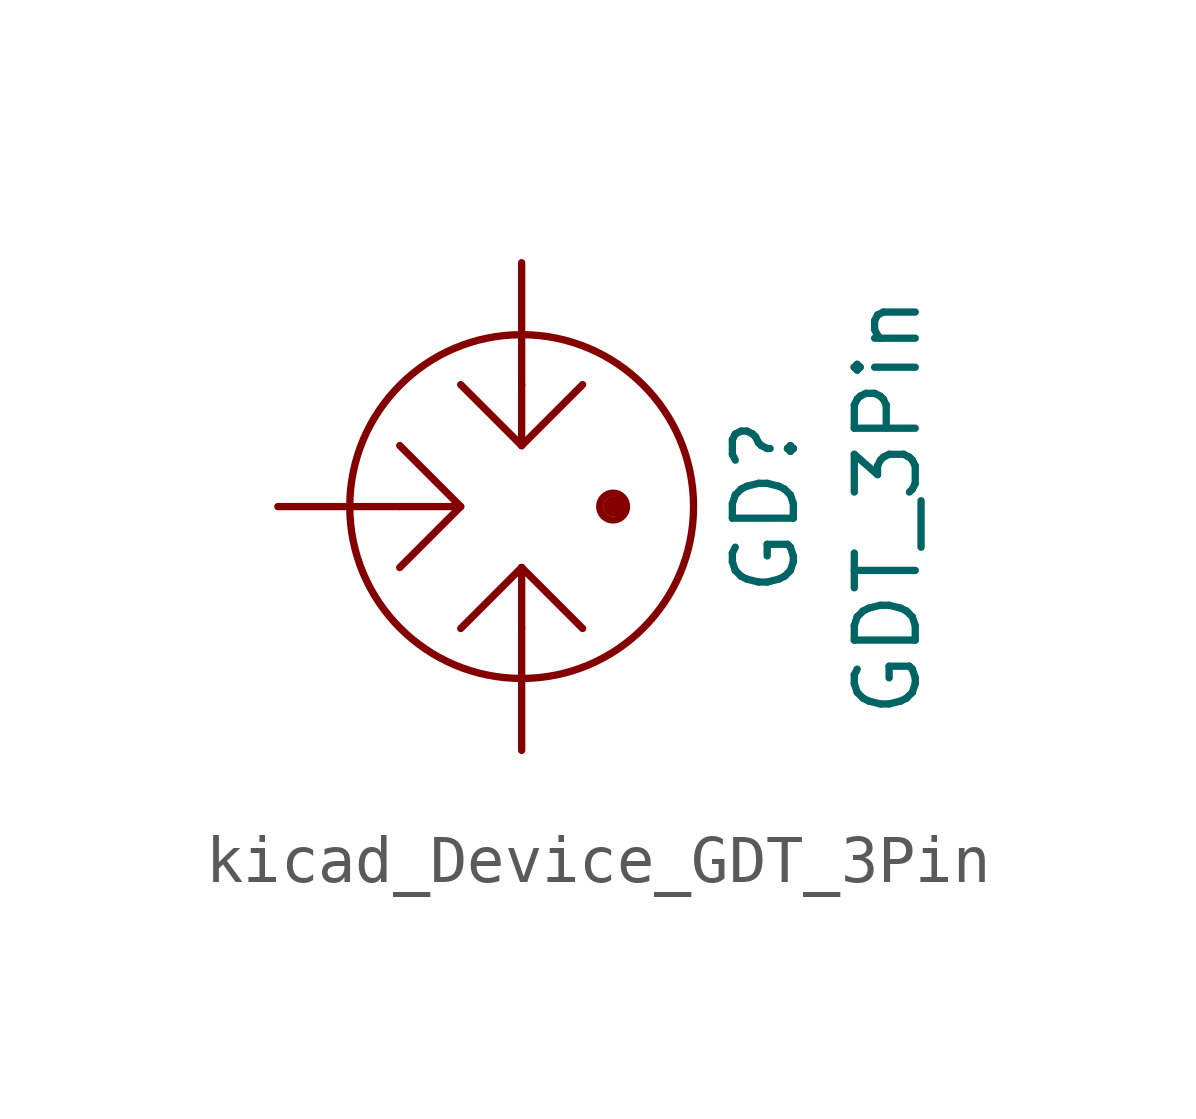
<source format=kicad_sym>
(kicad_symbol_lib
  (version 20220914)
  (generator kicad_symbol_editor)
  (symbol "kicad_Device_GDT_3Pin"
    (pin_numbers hide)
    (property "Reference" "GD"
      (at 5.08 0 90)
      (effects (font (size 1.27 1.27))))
    (property "Value" "GDT_3Pin"
      (at 7.62 0 90)
      (effects (font (size 1.27 1.27))))
    (symbol "kicad_Device_GDT_3Pin_0_1"
      (polyline (pts (xy -2.54 0) (xy -1.27 0)) (stroke (width 0) (type default)) (fill (type none)))
      (polyline (pts (xy 0 -2.54) (xy 0 -1.27)) (stroke (width 0) (type default)) (fill (type none)))
      (polyline (pts (xy 0 -1.27) (xy -1.27 -2.54)) (stroke (width 0) (type default)) (fill (type none)))
      (polyline (pts (xy 0 -1.27) (xy 1.27 -2.54)) (stroke (width 0) (type default)) (fill (type none)))
      (polyline (pts (xy 0 1.27) (xy -1.27 2.54)) (stroke (width 0) (type default)) (fill (type none)))
      (polyline (pts (xy 0 1.27) (xy 1.27 2.54)) (stroke (width 0) (type default)) (fill (type none)))
      (polyline (pts (xy 0 2.54) (xy 0 1.27)) (stroke (width 0) (type default)) (fill (type none)))
      (polyline (pts (xy -2.54 1.27) (xy -1.27 0) (xy -2.54 -1.27)) (stroke (width 0) (type default)) (fill (type none)))
      (circle (center 0 0) (radius 3.581) (stroke (width 0) (type default)) (fill (type none)))
      (circle (center 1.905 0) (radius 0.127) (stroke (width 0) (type default)) (fill (type none)))
      (circle (center 1.905 0) (radius 0.127) (stroke (width 0) (type default)) (fill (type none)))
      (circle (center 1.905 0) (radius 0.279) (stroke (width 0) (type default)) (fill (type none)))
      (circle (center 2.032 0) (radius 0.127) (stroke (width 0) (type default)) (fill (type none))))
    (symbol "kicad_Device_GDT_3Pin_1_1"
      (pin passive line (at 0 -5.08 90) (length 2.54) (name "~" (effects (font (size 1.27 1.27)))) (number "1" (effects (font (size 1.27 1.27)))))
      (pin passive line (at -5.08 0 0) (length 2.54) (name "~" (effects (font (size 1.27 1.27)))) (number "2" (effects (font (size 1.27 1.27)))))
      (pin passive line (at 0 5.08 270) (length 2.54) (name "~" (effects (font (size 1.27 1.27)))) (number "3" (effects (font (size 1.27 1.27))))))))
</source>
